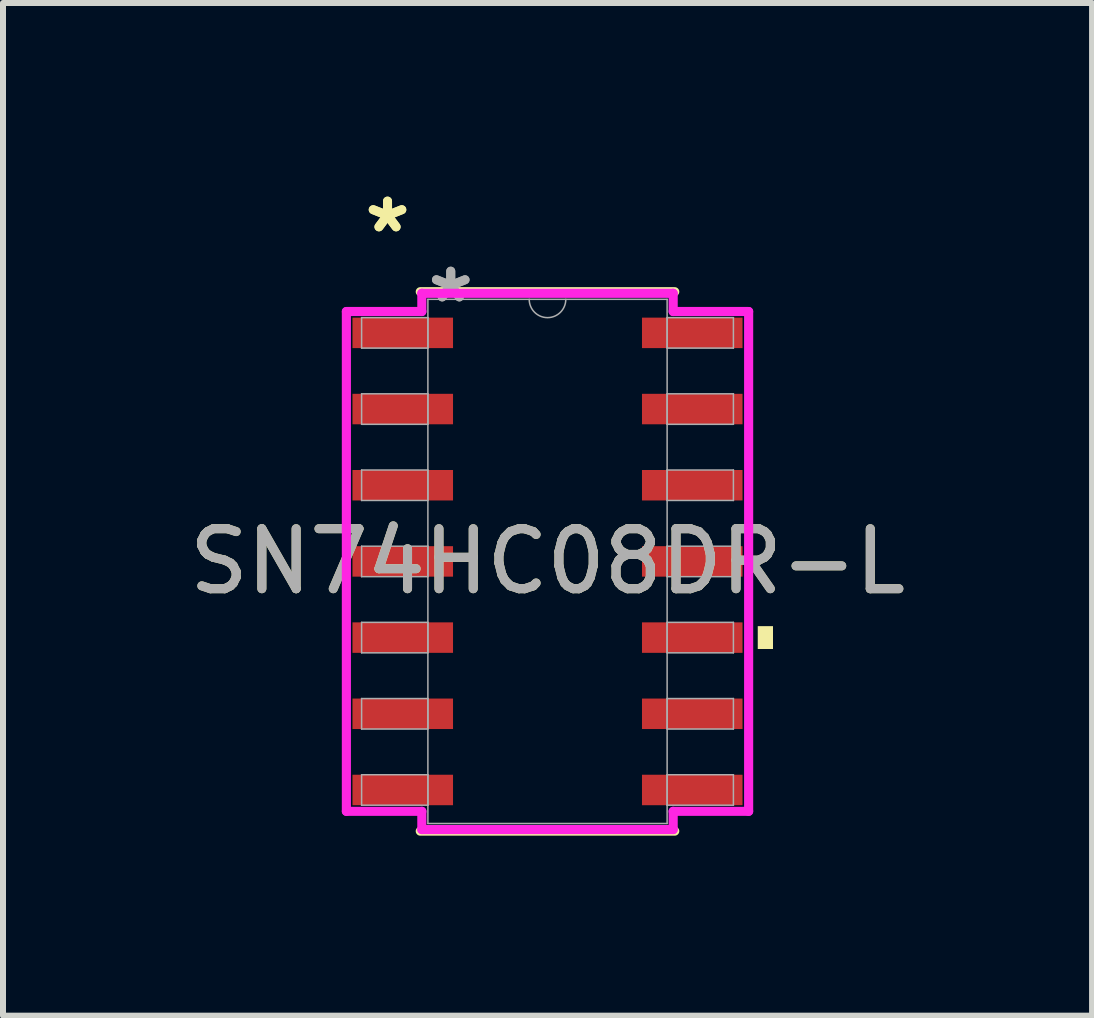
<source format=kicad_pcb>
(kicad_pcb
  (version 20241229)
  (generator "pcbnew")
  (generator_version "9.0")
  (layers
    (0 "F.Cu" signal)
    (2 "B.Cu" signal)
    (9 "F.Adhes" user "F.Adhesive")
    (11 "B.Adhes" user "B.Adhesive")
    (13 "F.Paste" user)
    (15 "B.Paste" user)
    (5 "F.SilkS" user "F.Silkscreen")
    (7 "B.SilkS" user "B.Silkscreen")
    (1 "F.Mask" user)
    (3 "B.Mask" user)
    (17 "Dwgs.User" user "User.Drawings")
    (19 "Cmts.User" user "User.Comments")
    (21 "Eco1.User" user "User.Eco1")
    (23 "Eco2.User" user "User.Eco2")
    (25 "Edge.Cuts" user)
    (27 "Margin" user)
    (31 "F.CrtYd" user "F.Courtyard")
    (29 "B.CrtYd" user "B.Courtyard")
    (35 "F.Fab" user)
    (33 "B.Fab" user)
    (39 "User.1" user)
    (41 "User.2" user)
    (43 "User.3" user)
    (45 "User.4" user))
  (footprint "SN74HC08DR-L"
    (layer "F.Cu")
    (at 6.077 6.309)
    (property "Reference" "SN74HC08DR-L" (at 0 0 0) (unlocked yes) (layer "F.SilkS") (effects (font (size 1 1) (thickness 0.15))))
    (attr smd)
    (fp_line (start -2.121 4.496) (end 2.121 4.496) (stroke (width 0.152) (type solid)) (layer "F.SilkS"))
    (fp_line (start 2.121 -4.496) (end -2.121 -4.496) (stroke (width 0.152) (type solid)) (layer "F.SilkS"))
    (fp_poly (pts (xy 3.759 1.079) (xy 3.759 1.46) (xy 3.505 1.46) (xy 3.505 1.079)) (stroke (width 0) (type solid)) (fill yes) (layer "F.SilkS"))
    (fp_line (start -3.353 -4.166) (end -2.095 -4.166) (stroke (width 0.152) (type solid)) (layer "F.CrtYd"))
    (fp_line (start -3.353 4.166) (end -3.353 -4.166) (stroke (width 0.152) (type solid)) (layer "F.CrtYd"))
    (fp_line (start -3.353 4.166) (end -2.095 4.166) (stroke (width 0.152) (type solid)) (layer "F.CrtYd"))
    (fp_line (start -2.095 -4.47) (end 2.095 -4.47) (stroke (width 0.152) (type solid)) (layer "F.CrtYd"))
    (fp_line (start -2.095 -4.166) (end -2.095 -4.47) (stroke (width 0.152) (type solid)) (layer "F.CrtYd"))
    (fp_line (start -2.095 4.47) (end -2.095 4.166) (stroke (width 0.152) (type solid)) (layer "F.CrtYd"))
    (fp_line (start 2.095 -4.47) (end 2.095 -4.166) (stroke (width 0.152) (type solid)) (layer "F.CrtYd"))
    (fp_line (start 2.095 4.166) (end 2.095 4.47) (stroke (width 0.152) (type solid)) (layer "F.CrtYd"))
    (fp_line (start 2.095 4.47) (end -2.095 4.47) (stroke (width 0.152) (type solid)) (layer "F.CrtYd"))
    (fp_line (start 3.353 -4.166) (end 2.095 -4.166) (stroke (width 0.152) (type solid)) (layer "F.CrtYd"))
    (fp_line (start 3.353 -4.166) (end 3.353 4.166) (stroke (width 0.152) (type solid)) (layer "F.CrtYd"))
    (fp_line (start 3.353 4.166) (end 2.095 4.166) (stroke (width 0.152) (type solid)) (layer "F.CrtYd"))
    (fp_line (start -3.099 -4.064) (end -3.099 -3.556) (stroke (width 0.025) (type solid)) (layer "F.Fab"))
    (fp_line (start -3.099 -3.556) (end -1.994 -3.556) (stroke (width 0.025) (type solid)) (layer "F.Fab"))
    (fp_line (start -3.099 -2.794) (end -3.099 -2.286) (stroke (width 0.025) (type solid)) (layer "F.Fab"))
    (fp_line (start -3.099 -2.286) (end -1.994 -2.286) (stroke (width 0.025) (type solid)) (layer "F.Fab"))
    (fp_line (start -3.099 -1.524) (end -3.099 -1.016) (stroke (width 0.025) (type solid)) (layer "F.Fab"))
    (fp_line (start -3.099 -1.016) (end -1.994 -1.016) (stroke (width 0.025) (type solid)) (layer "F.Fab"))
    (fp_line (start -3.099 -0.254) (end -3.099 0.254) (stroke (width 0.025) (type solid)) (layer "F.Fab"))
    (fp_line (start -3.099 0.254) (end -1.994 0.254) (stroke (width 0.025) (type solid)) (layer "F.Fab"))
    (fp_line (start -3.099 1.016) (end -3.099 1.524) (stroke (width 0.025) (type solid)) (layer "F.Fab"))
    (fp_line (start -3.099 1.524) (end -1.994 1.524) (stroke (width 0.025) (type solid)) (layer "F.Fab"))
    (fp_line (start -3.099 2.286) (end -3.099 2.794) (stroke (width 0.025) (type solid)) (layer "F.Fab"))
    (fp_line (start -3.099 2.794) (end -1.994 2.794) (stroke (width 0.025) (type solid)) (layer "F.Fab"))
    (fp_line (start -3.099 3.556) (end -3.099 4.064) (stroke (width 0.025) (type solid)) (layer "F.Fab"))
    (fp_line (start -3.099 4.064) (end -1.994 4.064) (stroke (width 0.025) (type solid)) (layer "F.Fab"))
    (fp_line (start -1.994 -4.369) (end -1.994 4.369) (stroke (width 0.025) (type solid)) (layer "F.Fab"))
    (fp_line (start -1.994 -4.064) (end -3.099 -4.064) (stroke (width 0.025) (type solid)) (layer "F.Fab"))
    (fp_line (start -1.994 -3.556) (end -1.994 -4.064) (stroke (width 0.025) (type solid)) (layer "F.Fab"))
    (fp_line (start -1.994 -2.794) (end -3.099 -2.794) (stroke (width 0.025) (type solid)) (layer "F.Fab"))
    (fp_line (start -1.994 -2.286) (end -1.994 -2.794) (stroke (width 0.025) (type solid)) (layer "F.Fab"))
    (fp_line (start -1.994 -1.524) (end -3.099 -1.524) (stroke (width 0.025) (type solid)) (layer "F.Fab"))
    (fp_line (start -1.994 -1.016) (end -1.994 -1.524) (stroke (width 0.025) (type solid)) (layer "F.Fab"))
    (fp_line (start -1.994 -0.254) (end -3.099 -0.254) (stroke (width 0.025) (type solid)) (layer "F.Fab"))
    (fp_line (start -1.994 0.254) (end -1.994 -0.254) (stroke (width 0.025) (type solid)) (layer "F.Fab"))
    (fp_line (start -1.994 1.016) (end -3.099 1.016) (stroke (width 0.025) (type solid)) (layer "F.Fab"))
    (fp_line (start -1.994 1.524) (end -1.994 1.016) (stroke (width 0.025) (type solid)) (layer "F.Fab"))
    (fp_line (start -1.994 2.286) (end -3.099 2.286) (stroke (width 0.025) (type solid)) (layer "F.Fab"))
    (fp_line (start -1.994 2.794) (end -1.994 2.286) (stroke (width 0.025) (type solid)) (layer "F.Fab"))
    (fp_line (start -1.994 3.556) (end -3.099 3.556) (stroke (width 0.025) (type solid)) (layer "F.Fab"))
    (fp_line (start -1.994 4.064) (end -1.994 3.556) (stroke (width 0.025) (type solid)) (layer "F.Fab"))
    (fp_line (start -1.994 4.369) (end 1.994 4.369) (stroke (width 0.025) (type solid)) (layer "F.Fab"))
    (fp_line (start 1.994 -4.369) (end -1.994 -4.369) (stroke (width 0.025) (type solid)) (layer "F.Fab"))
    (fp_line (start 1.994 -4.064) (end 1.994 -3.556) (stroke (width 0.025) (type solid)) (layer "F.Fab"))
    (fp_line (start 1.994 -3.556) (end 3.099 -3.556) (stroke (width 0.025) (type solid)) (layer "F.Fab"))
    (fp_line (start 1.994 -2.794) (end 1.994 -2.286) (stroke (width 0.025) (type solid)) (layer "F.Fab"))
    (fp_line (start 1.994 -2.286) (end 3.099 -2.286) (stroke (width 0.025) (type solid)) (layer "F.Fab"))
    (fp_line (start 1.994 -1.524) (end 1.994 -1.016) (stroke (width 0.025) (type solid)) (layer "F.Fab"))
    (fp_line (start 1.994 -1.016) (end 3.099 -1.016) (stroke (width 0.025) (type solid)) (layer "F.Fab"))
    (fp_line (start 1.994 -0.254) (end 1.994 0.254) (stroke (width 0.025) (type solid)) (layer "F.Fab"))
    (fp_line (start 1.994 0.254) (end 3.099 0.254) (stroke (width 0.025) (type solid)) (layer "F.Fab"))
    (fp_line (start 1.994 1.016) (end 1.994 1.524) (stroke (width 0.025) (type solid)) (layer "F.Fab"))
    (fp_line (start 1.994 1.524) (end 3.099 1.524) (stroke (width 0.025) (type solid)) (layer "F.Fab"))
    (fp_line (start 1.994 2.286) (end 1.994 2.794) (stroke (width 0.025) (type solid)) (layer "F.Fab"))
    (fp_line (start 1.994 2.794) (end 3.099 2.794) (stroke (width 0.025) (type solid)) (layer "F.Fab"))
    (fp_line (start 1.994 3.556) (end 1.994 4.064) (stroke (width 0.025) (type solid)) (layer "F.Fab"))
    (fp_line (start 1.994 4.064) (end 3.099 4.064) (stroke (width 0.025) (type solid)) (layer "F.Fab"))
    (fp_line (start 1.994 4.369) (end 1.994 -4.369) (stroke (width 0.025) (type solid)) (layer "F.Fab"))
    (fp_line (start 3.099 -4.064) (end 1.994 -4.064) (stroke (width 0.025) (type solid)) (layer "F.Fab"))
    (fp_line (start 3.099 -3.556) (end 3.099 -4.064) (stroke (width 0.025) (type solid)) (layer "F.Fab"))
    (fp_line (start 3.099 -2.794) (end 1.994 -2.794) (stroke (width 0.025) (type solid)) (layer "F.Fab"))
    (fp_line (start 3.099 -2.286) (end 3.099 -2.794) (stroke (width 0.025) (type solid)) (layer "F.Fab"))
    (fp_line (start 3.099 -1.524) (end 1.994 -1.524) (stroke (width 0.025) (type solid)) (layer "F.Fab"))
    (fp_line (start 3.099 -1.016) (end 3.099 -1.524) (stroke (width 0.025) (type solid)) (layer "F.Fab"))
    (fp_line (start 3.099 -0.254) (end 1.994 -0.254) (stroke (width 0.025) (type solid)) (layer "F.Fab"))
    (fp_line (start 3.099 0.254) (end 3.099 -0.254) (stroke (width 0.025) (type solid)) (layer "F.Fab"))
    (fp_line (start 3.099 1.016) (end 1.994 1.016) (stroke (width 0.025) (type solid)) (layer "F.Fab"))
    (fp_line (start 3.099 1.524) (end 3.099 1.016) (stroke (width 0.025) (type solid)) (layer "F.Fab"))
    (fp_line (start 3.099 2.286) (end 1.994 2.286) (stroke (width 0.025) (type solid)) (layer "F.Fab"))
    (fp_line (start 3.099 2.794) (end 3.099 2.286) (stroke (width 0.025) (type solid)) (layer "F.Fab"))
    (fp_line (start 3.099 3.556) (end 1.994 3.556) (stroke (width 0.025) (type solid)) (layer "F.Fab"))
    (fp_line (start 3.099 4.064) (end 3.099 3.556) (stroke (width 0.025) (type solid)) (layer "F.Fab"))
    (fp_arc (start 0.3048 -4.3688) (mid 0 -4.064) (end -0.3048 -4.3688) (stroke (width 0.0254) (type solid)) (layer "F.Fab"))
    (fp_text user "*" (at -2.667 -5.461 0) (unlocked yes) (layer "F.SilkS") (effects (font (size 1 1) (thickness 0.15))))
    (fp_text user "*" (at -2.667 -5.461 0) (layer "F.SilkS") (effects (font (size 1 1) (thickness 0.15))))
    (fp_text user "${REFERENCE}" (at 0 0 0) (unlocked yes) (layer "F.Fab") (effects (font (size 1 1) (thickness 0.15))))
    (fp_text user "*" (at -1.613 -4.293 0) (layer "F.Fab") (effects (font (size 1 1) (thickness 0.15))))
    (fp_text user "*" (at -1.613 -4.293 0) (unlocked yes) (layer "F.Fab") (effects (font (size 1 1) (thickness 0.15))))
    (pad "1" smd rect (at -2.413 -3.81) (size 1.676 0.508) (layers "F.Cu" "F.Mask" "F.Paste"))
    (pad "2" smd rect (at -2.413 -2.54) (size 1.676 0.508) (layers "F.Cu" "F.Mask" "F.Paste"))
    (pad "3" smd rect (at -2.413 -1.27) (size 1.676 0.508) (layers "F.Cu" "F.Mask" "F.Paste"))
    (pad "4" smd rect (at -2.413 0) (size 1.676 0.508) (layers "F.Cu" "F.Mask" "F.Paste"))
    (pad "5" smd rect (at -2.413 1.27) (size 1.676 0.508) (layers "F.Cu" "F.Mask" "F.Paste"))
    (pad "6" smd rect (at -2.413 2.54) (size 1.676 0.508) (layers "F.Cu" "F.Mask" "F.Paste"))
    (pad "7" smd rect (at -2.413 3.81) (size 1.676 0.508) (layers "F.Cu" "F.Mask" "F.Paste"))
    (pad "8" smd rect (at 2.413 3.81) (size 1.676 0.508) (layers "F.Cu" "F.Mask" "F.Paste"))
    (pad "9" smd rect (at 2.413 2.54) (size 1.676 0.508) (layers "F.Cu" "F.Mask" "F.Paste"))
    (pad "10" smd rect (at 2.413 1.27) (size 1.676 0.508) (layers "F.Cu" "F.Mask" "F.Paste"))
    (pad "11" smd rect (at 2.413 0) (size 1.676 0.508) (layers "F.Cu" "F.Mask" "F.Paste"))
    (pad "12" smd rect (at 2.413 -1.27) (size 1.676 0.508) (layers "F.Cu" "F.Mask" "F.Paste"))
    (pad "13" smd rect (at 2.413 -2.54) (size 1.676 0.508) (layers "F.Cu" "F.Mask" "F.Paste"))
    (pad "14" smd rect (at 2.413 -3.81) (size 1.676 0.508) (layers "F.Cu" "F.Mask" "F.Paste")))
  (gr_rect
    (start -3 -3)
    (end 15.155 13.881)
    (stroke (width 0.1) (type default))
    (fill no)
    (layer "Edge.Cuts")))
</source>
